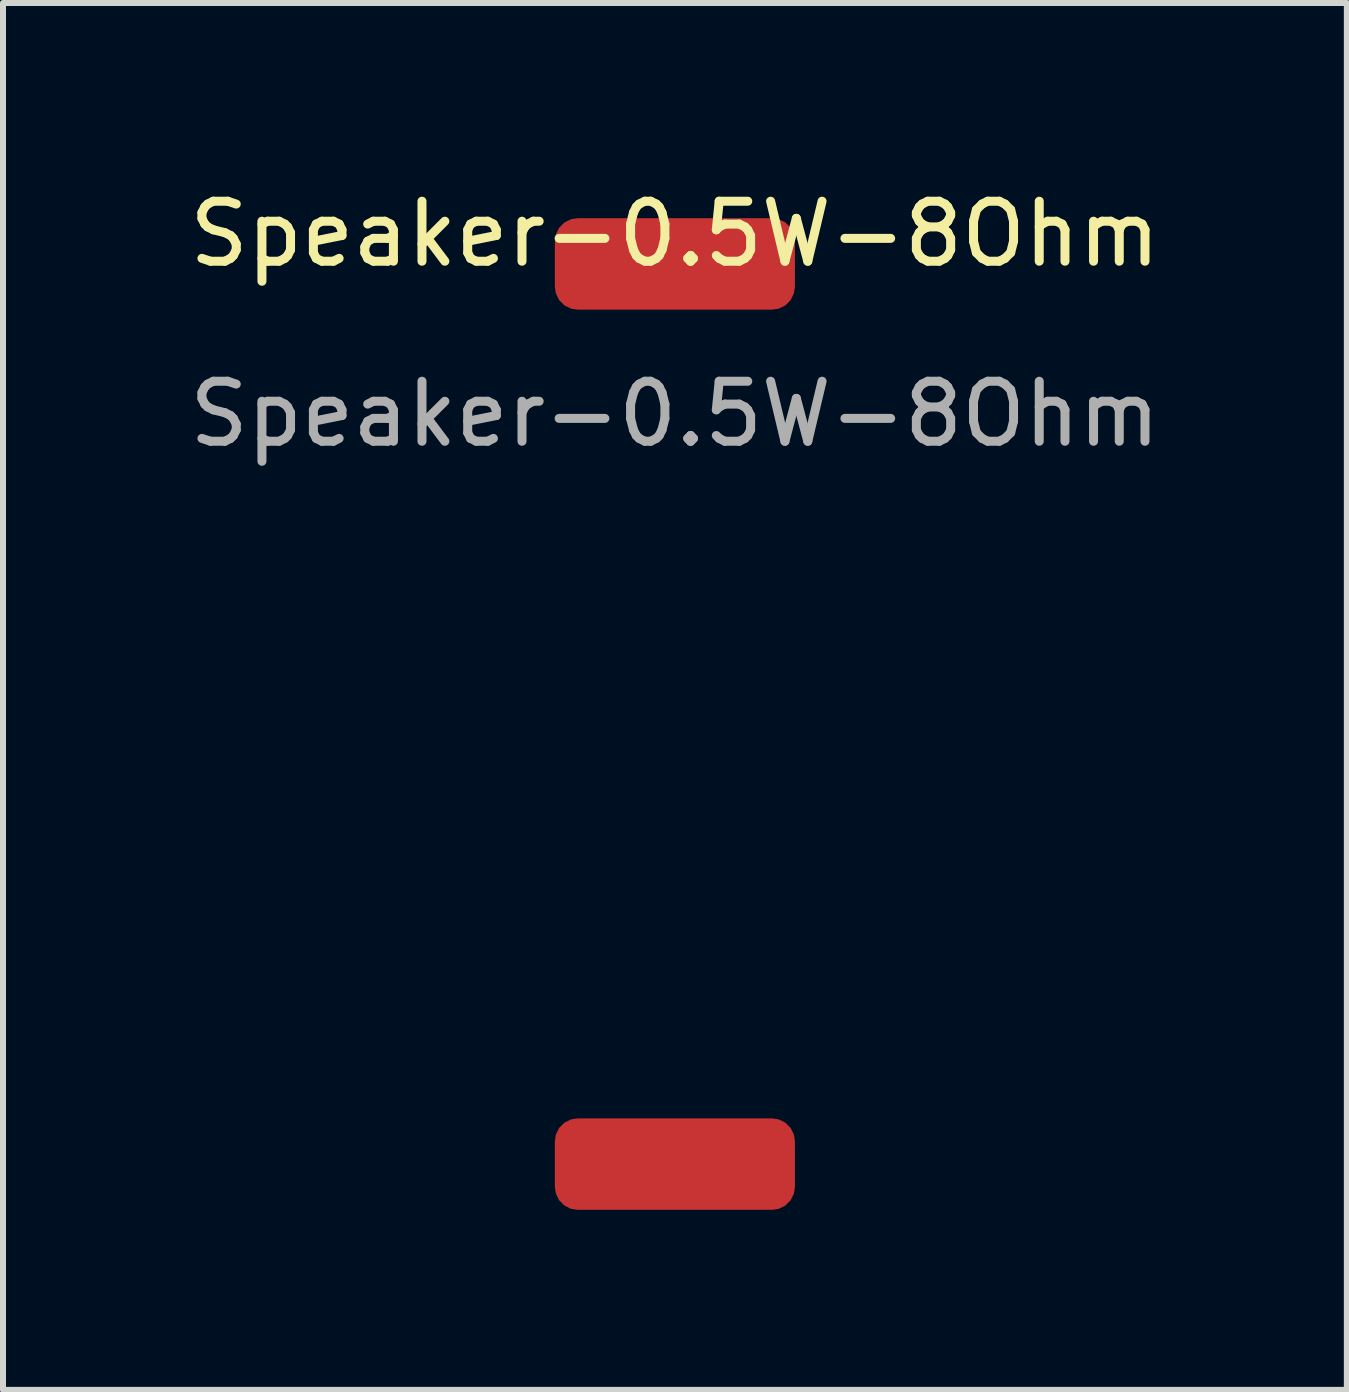
<source format=kicad_pcb>
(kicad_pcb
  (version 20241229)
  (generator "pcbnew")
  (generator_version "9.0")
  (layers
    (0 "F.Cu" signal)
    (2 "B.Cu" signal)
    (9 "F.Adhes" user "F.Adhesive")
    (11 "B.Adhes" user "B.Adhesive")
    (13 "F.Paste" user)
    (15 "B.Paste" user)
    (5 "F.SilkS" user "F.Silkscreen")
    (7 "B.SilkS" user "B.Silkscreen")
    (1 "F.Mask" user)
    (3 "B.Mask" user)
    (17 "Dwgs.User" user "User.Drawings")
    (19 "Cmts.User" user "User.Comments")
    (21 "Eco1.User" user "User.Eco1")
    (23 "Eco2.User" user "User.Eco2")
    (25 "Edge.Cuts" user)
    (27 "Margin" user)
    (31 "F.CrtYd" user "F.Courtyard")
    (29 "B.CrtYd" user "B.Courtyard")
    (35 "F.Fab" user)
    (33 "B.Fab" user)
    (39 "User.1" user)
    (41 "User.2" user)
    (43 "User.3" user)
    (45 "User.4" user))
  (footprint "Speaker-0.5W-8Ohm"
    (layer "F.Cu")
    (at 8.196 1.348)
    (property "Reference" "Speaker-0.5W-8Ohm" (at 0 -0.5 0) (unlocked yes) (layer "F.SilkS") (effects (font (size 1 1) (thickness 0.15))))
    (attr smd)
    (fp_text user "${REFERENCE}" (at 0 2.5 0) (unlocked yes) (layer "F.Fab") (effects (font (size 1 1) (thickness 0.15))))
    (pad "1" smd roundrect (at 0 0) (size 4 1.524) (layers "F.Cu" "F.Mask" "F.Paste") (roundrect_rratio 0.25))
    (pad "2" smd roundrect (at 0 15) (size 4 1.524) (layers "F.Cu" "F.Mask" "F.Paste") (roundrect_rratio 0.25)))
  (gr_rect
    (start -3 -3)
    (end 19.393 20.11)
    (stroke (width 0.1) (type default))
    (fill no)
    (layer "Edge.Cuts")))
</source>
